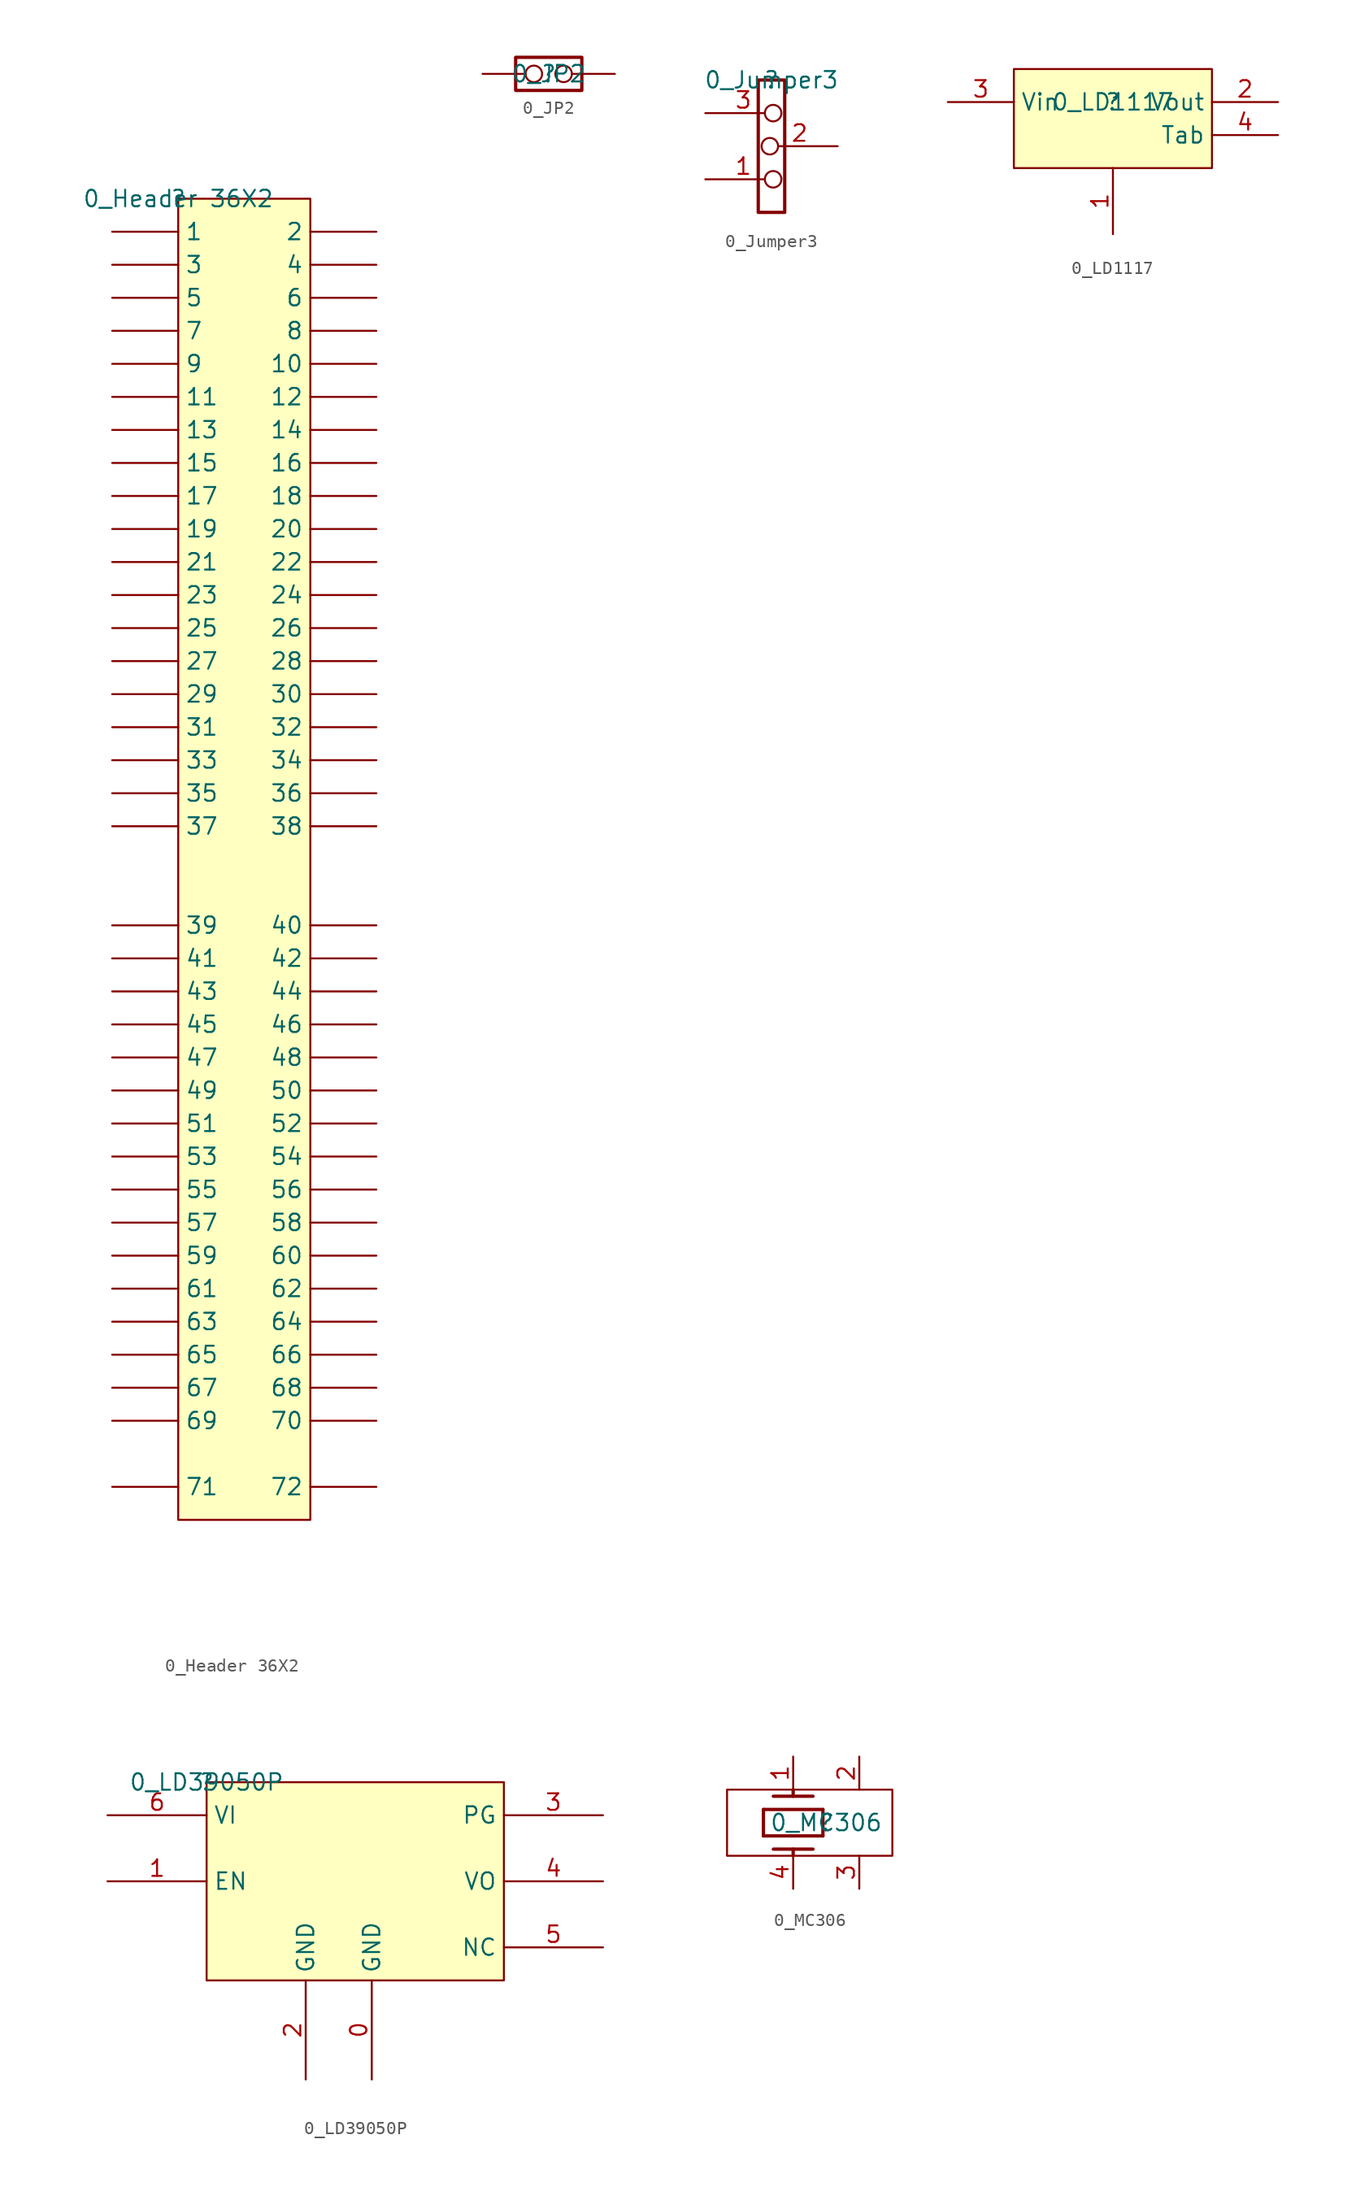
<source format=kicad_sym>
(kicad_symbol_lib
  (version 20211014)
  (generator kicad_symbol_editor)
  (symbol "0_Header 36X2"
    (property "Reference" ""
      (at 0 0 0)
      (effects (font (size 1.27 1.27))))
    (property "Value" "0_Header 36X2"
      (at 0 0 0)
      (effects (font (size 1.27 1.27))))
    (symbol "0_Header 36X2_1_0"
      (rectangle (start 10.16 0) (end 0 -101.6) (stroke (width 0) (type default) (color 0 0 0 0)) (fill (type background)))
      (pin passive line (at -5.08 -2.54 0) (length 5.08) (name "1" (effects (font (size 1.27 1.27)))) (number "1" (effects (font (size 0 0)))))
      (pin passive line (at 15.24 -12.7 180) (length 5.08) (name "10" (effects (font (size 1.27 1.27)))) (number "10" (effects (font (size 0 0)))))
      (pin passive line (at -5.08 -15.24 0) (length 5.08) (name "11" (effects (font (size 1.27 1.27)))) (number "11" (effects (font (size 0 0)))))
      (pin passive line (at 15.24 -15.24 180) (length 5.08) (name "12" (effects (font (size 1.27 1.27)))) (number "12" (effects (font (size 0 0)))))
      (pin passive line (at -5.08 -17.78 0) (length 5.08) (name "13" (effects (font (size 1.27 1.27)))) (number "13" (effects (font (size 0 0)))))
      (pin passive line (at 15.24 -17.78 180) (length 5.08) (name "14" (effects (font (size 1.27 1.27)))) (number "14" (effects (font (size 0 0)))))
      (pin passive line (at -5.08 -20.32 0) (length 5.08) (name "15" (effects (font (size 1.27 1.27)))) (number "15" (effects (font (size 0 0)))))
      (pin passive line (at 15.24 -20.32 180) (length 5.08) (name "16" (effects (font (size 1.27 1.27)))) (number "16" (effects (font (size 0 0)))))
      (pin passive line (at -5.08 -22.86 0) (length 5.08) (name "17" (effects (font (size 1.27 1.27)))) (number "17" (effects (font (size 0 0)))))
      (pin passive line (at 15.24 -22.86 180) (length 5.08) (name "18" (effects (font (size 1.27 1.27)))) (number "18" (effects (font (size 0 0)))))
      (pin passive line (at -5.08 -25.4 0) (length 5.08) (name "19" (effects (font (size 1.27 1.27)))) (number "19" (effects (font (size 0 0)))))
      (pin passive line (at 15.24 -2.54 180) (length 5.08) (name "2" (effects (font (size 1.27 1.27)))) (number "2" (effects (font (size 0 0)))))
      (pin passive line (at 15.24 -25.4 180) (length 5.08) (name "20" (effects (font (size 1.27 1.27)))) (number "20" (effects (font (size 0 0)))))
      (pin passive line (at -5.08 -27.94 0) (length 5.08) (name "21" (effects (font (size 1.27 1.27)))) (number "21" (effects (font (size 0 0)))))
      (pin passive line (at 15.24 -27.94 180) (length 5.08) (name "22" (effects (font (size 1.27 1.27)))) (number "22" (effects (font (size 0 0)))))
      (pin passive line (at -5.08 -30.48 0) (length 5.08) (name "23" (effects (font (size 1.27 1.27)))) (number "23" (effects (font (size 0 0)))))
      (pin passive line (at 15.24 -30.48 180) (length 5.08) (name "24" (effects (font (size 1.27 1.27)))) (number "24" (effects (font (size 0 0)))))
      (pin passive line (at -5.08 -33.02 0) (length 5.08) (name "25" (effects (font (size 1.27 1.27)))) (number "25" (effects (font (size 0 0)))))
      (pin passive line (at 15.24 -33.02 180) (length 5.08) (name "26" (effects (font (size 1.27 1.27)))) (number "26" (effects (font (size 0 0)))))
      (pin passive line (at -5.08 -35.56 0) (length 5.08) (name "27" (effects (font (size 1.27 1.27)))) (number "27" (effects (font (size 0 0)))))
      (pin passive line (at 15.24 -35.56 180) (length 5.08) (name "28" (effects (font (size 1.27 1.27)))) (number "28" (effects (font (size 0 0)))))
      (pin passive line (at -5.08 -38.1 0) (length 5.08) (name "29" (effects (font (size 1.27 1.27)))) (number "29" (effects (font (size 0 0)))))
      (pin passive line (at -5.08 -5.08 0) (length 5.08) (name "3" (effects (font (size 1.27 1.27)))) (number "3" (effects (font (size 0 0)))))
      (pin passive line (at 15.24 -38.1 180) (length 5.08) (name "30" (effects (font (size 1.27 1.27)))) (number "30" (effects (font (size 0 0)))))
      (pin passive line (at -5.08 -40.64 0) (length 5.08) (name "31" (effects (font (size 1.27 1.27)))) (number "31" (effects (font (size 0 0)))))
      (pin passive line (at 15.24 -40.64 180) (length 5.08) (name "32" (effects (font (size 1.27 1.27)))) (number "32" (effects (font (size 0 0)))))
      (pin passive line (at -5.08 -43.18 0) (length 5.08) (name "33" (effects (font (size 1.27 1.27)))) (number "33" (effects (font (size 0 0)))))
      (pin passive line (at 15.24 -43.18 180) (length 5.08) (name "34" (effects (font (size 1.27 1.27)))) (number "34" (effects (font (size 0 0)))))
      (pin passive line (at -5.08 -45.72 0) (length 5.08) (name "35" (effects (font (size 1.27 1.27)))) (number "35" (effects (font (size 0 0)))))
      (pin passive line (at 15.24 -45.72 180) (length 5.08) (name "36" (effects (font (size 1.27 1.27)))) (number "36" (effects (font (size 0 0)))))
      (pin passive line (at -5.08 -48.26 0) (length 5.08) (name "37" (effects (font (size 1.27 1.27)))) (number "37" (effects (font (size 0 0)))))
      (pin passive line (at 15.24 -48.26 180) (length 5.08) (name "38" (effects (font (size 1.27 1.27)))) (number "38" (effects (font (size 0 0)))))
      (pin passive line (at -5.08 -55.88 0) (length 5.08) (name "39" (effects (font (size 1.27 1.27)))) (number "39" (effects (font (size 0 0)))))
      (pin passive line (at 15.24 -5.08 180) (length 5.08) (name "4" (effects (font (size 1.27 1.27)))) (number "4" (effects (font (size 0 0)))))
      (pin passive line (at 15.24 -55.88 180) (length 5.08) (name "40" (effects (font (size 1.27 1.27)))) (number "40" (effects (font (size 0 0)))))
      (pin passive line (at -5.08 -58.42 0) (length 5.08) (name "41" (effects (font (size 1.27 1.27)))) (number "41" (effects (font (size 0 0)))))
      (pin passive line (at 15.24 -58.42 180) (length 5.08) (name "42" (effects (font (size 1.27 1.27)))) (number "42" (effects (font (size 0 0)))))
      (pin passive line (at -5.08 -60.96 0) (length 5.08) (name "43" (effects (font (size 1.27 1.27)))) (number "43" (effects (font (size 0 0)))))
      (pin passive line (at 15.24 -60.96 180) (length 5.08) (name "44" (effects (font (size 1.27 1.27)))) (number "44" (effects (font (size 0 0)))))
      (pin passive line (at -5.08 -63.5 0) (length 5.08) (name "45" (effects (font (size 1.27 1.27)))) (number "45" (effects (font (size 0 0)))))
      (pin passive line (at 15.24 -63.5 180) (length 5.08) (name "46" (effects (font (size 1.27 1.27)))) (number "46" (effects (font (size 0 0)))))
      (pin passive line (at -5.08 -66.04 0) (length 5.08) (name "47" (effects (font (size 1.27 1.27)))) (number "47" (effects (font (size 0 0)))))
      (pin passive line (at 15.24 -66.04 180) (length 5.08) (name "48" (effects (font (size 1.27 1.27)))) (number "48" (effects (font (size 0 0)))))
      (pin passive line (at -5.08 -68.58 0) (length 5.08) (name "49" (effects (font (size 1.27 1.27)))) (number "49" (effects (font (size 0 0)))))
      (pin passive line (at -5.08 -7.62 0) (length 5.08) (name "5" (effects (font (size 1.27 1.27)))) (number "5" (effects (font (size 0 0)))))
      (pin passive line (at 15.24 -68.58 180) (length 5.08) (name "50" (effects (font (size 1.27 1.27)))) (number "50" (effects (font (size 0 0)))))
      (pin passive line (at -5.08 -71.12 0) (length 5.08) (name "51" (effects (font (size 1.27 1.27)))) (number "51" (effects (font (size 0 0)))))
      (pin passive line (at 15.24 -71.12 180) (length 5.08) (name "52" (effects (font (size 1.27 1.27)))) (number "52" (effects (font (size 0 0)))))
      (pin passive line (at -5.08 -73.66 0) (length 5.08) (name "53" (effects (font (size 1.27 1.27)))) (number "53" (effects (font (size 0 0)))))
      (pin passive line (at 15.24 -73.66 180) (length 5.08) (name "54" (effects (font (size 1.27 1.27)))) (number "54" (effects (font (size 0 0)))))
      (pin passive line (at -5.08 -76.2 0) (length 5.08) (name "55" (effects (font (size 1.27 1.27)))) (number "55" (effects (font (size 0 0)))))
      (pin passive line (at 15.24 -76.2 180) (length 5.08) (name "56" (effects (font (size 1.27 1.27)))) (number "56" (effects (font (size 0 0)))))
      (pin passive line (at -5.08 -78.74 0) (length 5.08) (name "57" (effects (font (size 1.27 1.27)))) (number "57" (effects (font (size 0 0)))))
      (pin passive line (at 15.24 -78.74 180) (length 5.08) (name "58" (effects (font (size 1.27 1.27)))) (number "58" (effects (font (size 0 0)))))
      (pin passive line (at -5.08 -81.28 0) (length 5.08) (name "59" (effects (font (size 1.27 1.27)))) (number "59" (effects (font (size 0 0)))))
      (pin passive line (at 15.24 -7.62 180) (length 5.08) (name "6" (effects (font (size 1.27 1.27)))) (number "6" (effects (font (size 0 0)))))
      (pin passive line (at 15.24 -81.28 180) (length 5.08) (name "60" (effects (font (size 1.27 1.27)))) (number "60" (effects (font (size 0 0)))))
      (pin passive line (at -5.08 -83.82 0) (length 5.08) (name "61" (effects (font (size 1.27 1.27)))) (number "61" (effects (font (size 0 0)))))
      (pin passive line (at 15.24 -83.82 180) (length 5.08) (name "62" (effects (font (size 1.27 1.27)))) (number "62" (effects (font (size 0 0)))))
      (pin passive line (at -5.08 -86.36 0) (length 5.08) (name "63" (effects (font (size 1.27 1.27)))) (number "63" (effects (font (size 0 0)))))
      (pin passive line (at 15.24 -86.36 180) (length 5.08) (name "64" (effects (font (size 1.27 1.27)))) (number "64" (effects (font (size 0 0)))))
      (pin passive line (at -5.08 -88.9 0) (length 5.08) (name "65" (effects (font (size 1.27 1.27)))) (number "65" (effects (font (size 0 0)))))
      (pin passive line (at 15.24 -88.9 180) (length 5.08) (name "66" (effects (font (size 1.27 1.27)))) (number "66" (effects (font (size 0 0)))))
      (pin passive line (at -5.08 -91.44 0) (length 5.08) (name "67" (effects (font (size 1.27 1.27)))) (number "67" (effects (font (size 0 0)))))
      (pin passive line (at 15.24 -91.44 180) (length 5.08) (name "68" (effects (font (size 1.27 1.27)))) (number "68" (effects (font (size 0 0)))))
      (pin passive line (at -5.08 -93.98 0) (length 5.08) (name "69" (effects (font (size 1.27 1.27)))) (number "69" (effects (font (size 0 0)))))
      (pin passive line (at -5.08 -10.16 0) (length 5.08) (name "7" (effects (font (size 1.27 1.27)))) (number "7" (effects (font (size 0 0)))))
      (pin passive line (at 15.24 -93.98 180) (length 5.08) (name "70" (effects (font (size 1.27 1.27)))) (number "70" (effects (font (size 0 0)))))
      (pin passive line (at -5.08 -99.06 0) (length 5.08) (name "71" (effects (font (size 1.27 1.27)))) (number "71" (effects (font (size 0 0)))))
      (pin passive line (at 15.24 -99.06 180) (length 5.08) (name "72" (effects (font (size 1.27 1.27)))) (number "72" (effects (font (size 0 0)))))
      (pin passive line (at 15.24 -10.16 180) (length 5.08) (name "8" (effects (font (size 1.27 1.27)))) (number "8" (effects (font (size 0 0)))))
      (pin passive line (at -5.08 -12.7 0) (length 5.08) (name "9" (effects (font (size 1.27 1.27)))) (number "9" (effects (font (size 0 0)))))))
  (symbol "0_JP2"
    (property "Reference" ""
      (at 0 0 0)
      (effects (font (size 1.27 1.27))))
    (property "Value" "0_JP2"
      (at 0 0 0)
      (effects (font (size 1.27 1.27))))
    (symbol "0_JP2_1_0"
      (polyline (pts (xy -2.54 1.27) (xy 2.54 1.27) (xy 2.54 -1.27) (xy -2.54 -1.27) (xy -2.54 1.27)) (stroke (width 0.254) (type default) (color 0 0 0 0)) (fill (type none)))
      (pin passive inverted (at -5.08 0 0) (length 4.572) (name "COMMON" (effects (font (size 0 0)))) (number "1" (effects (font (size 0 0)))))
      (pin passive inverted (at 5.08 0 180) (length 4.572) (name "NO" (effects (font (size 0 0)))) (number "2" (effects (font (size 0 0)))))))
  (symbol "0_Jumper3"
    (property "Reference" ""
      (at 0 0 0)
      (effects (font (size 1.27 1.27))))
    (property "Value" "0_Jumper3"
      (at 0 0 0)
      (effects (font (size 1.27 1.27))))
    (symbol "0_Jumper3_1_0"
      (polyline (pts (xy 1.016 0) (xy -1.016 0) (xy -1.016 -10.16) (xy 1.016 -10.16) (xy 1.016 0)) (stroke (width 0.254) (type default) (color 0 0 0 0)) (fill (type none)))
      (pin passive inverted (at -5.08 -7.62 0) (length 5.842) (name "" (effects (font (size 0 0)))) (number "1" (effects (font (size 1.27 1.27)))))
      (pin passive inverted (at 5.08 -5.08 180) (length 5.842) (name "" (effects (font (size 0 0)))) (number "2" (effects (font (size 1.27 1.27)))))
      (pin passive inverted (at -5.08 -2.54 0) (length 5.842) (name "" (effects (font (size 0 0)))) (number "3" (effects (font (size 1.27 1.27)))))))
  (symbol "0_LD1117"
    (property "Reference" ""
      (at 0 0 0)
      (effects (font (size 1.27 1.27))))
    (property "Value" "0_LD1117"
      (at 0 0 0)
      (effects (font (size 1.27 1.27))))
    (symbol "0_LD1117_1_0"
      (rectangle (start 7.62 2.54) (end -7.62 -5.08) (stroke (width 0) (type default) (color 0 0 0 0)) (fill (type background)))
      (pin passive line (at 0 -10.16 90) (length 5.08) (name "" (effects (font (size 1.27 1.27)))) (number "1" (effects (font (size 1.27 1.27)))))
      (pin power_in line (at 12.7 0 180) (length 5.08) (name "Vout" (effects (font (size 1.27 1.27)))) (number "2" (effects (font (size 1.27 1.27)))))
      (pin input line (at -12.7 0 0) (length 5.08) (name "Vin" (effects (font (size 1.27 1.27)))) (number "3" (effects (font (size 1.27 1.27)))))
      (pin power_in line (at 12.7 -2.54 180) (length 5.08) (name "Tab" (effects (font (size 1.27 1.27)))) (number "4" (effects (font (size 1.27 1.27)))))))
  (symbol "0_LD39050P"
    (property "Reference" ""
      (at 0 0 0)
      (effects (font (size 1.27 1.27))))
    (property "Value" "0_LD39050P"
      (at 0 0 0)
      (effects (font (size 1.27 1.27))))
    (symbol "0_LD39050P_1_0"
      (rectangle (start 22.86 0) (end 0 -15.24) (stroke (width 0) (type default) (color 0 0 0 0)) (fill (type background)))
      (pin passive line (at 12.7 -22.86 90) (length 7.62) (name "GND" (effects (font (size 1.27 1.27)))) (number "0" (effects (font (size 1.27 1.27)))))
      (pin passive line (at -7.62 -7.62 0) (length 7.62) (name "EN" (effects (font (size 1.27 1.27)))) (number "1" (effects (font (size 1.27 1.27)))))
      (pin passive line (at 7.62 -22.86 90) (length 7.62) (name "GND" (effects (font (size 1.27 1.27)))) (number "2" (effects (font (size 1.27 1.27)))))
      (pin passive line (at 30.48 -2.54 180) (length 7.62) (name "PG" (effects (font (size 1.27 1.27)))) (number "3" (effects (font (size 1.27 1.27)))))
      (pin passive line (at 30.48 -7.62 180) (length 7.62) (name "VO" (effects (font (size 1.27 1.27)))) (number "4" (effects (font (size 1.27 1.27)))))
      (pin passive line (at 30.48 -12.7 180) (length 7.62) (name "NC" (effects (font (size 1.27 1.27)))) (number "5" (effects (font (size 1.27 1.27)))))
      (pin passive line (at -7.62 -2.54 0) (length 7.62) (name "VI" (effects (font (size 1.27 1.27)))) (number "6" (effects (font (size 1.27 1.27)))))))
  (symbol "0_MC306"
    (property "Reference" ""
      (at 0 0 0)
      (effects (font (size 1.27 1.27))))
    (property "Value" "0_MC306"
      (at 0 0 0)
      (effects (font (size 1.27 1.27))))
    (symbol "0_MC306_1_0"
      (polyline (pts (xy -4.826 -1.016) (xy -4.826 1.016)) (stroke (width 0.254) (type default) (color 0 0 0 0)) (fill (type none)))
      (polyline (pts (xy -4.826 -1.016) (xy -0.254 -1.016)) (stroke (width 0.254) (type default) (color 0 0 0 0)) (fill (type none)))
      (polyline (pts (xy -4.826 1.016) (xy -0.254 1.016)) (stroke (width 0.254) (type default) (color 0 0 0 0)) (fill (type none)))
      (polyline (pts (xy -4.064 -2.032) (xy -1.016 -2.032)) (stroke (width 0.254) (type default) (color 0 0 0 0)) (fill (type none)))
      (polyline (pts (xy -4.064 2.032) (xy -1.016 2.032)) (stroke (width 0.254) (type default) (color 0 0 0 0)) (fill (type none)))
      (polyline (pts (xy -2.54 -2.54) (xy -2.54 -2.032)) (stroke (width 0.254) (type default) (color 0 0 0 0)) (fill (type none)))
      (polyline (pts (xy -2.54 2.032) (xy -2.54 2.54)) (stroke (width 0.254) (type default) (color 0 0 0 0)) (fill (type none)))
      (polyline (pts (xy -0.254 -1.016) (xy -0.254 1.016)) (stroke (width 0.254) (type default) (color 0 0 0 0)) (fill (type none)))
      (rectangle (start 5.08 2.54) (end -7.62 -2.54) (stroke (width 0) (type default) (color 0 0 0 0)) (fill (type none)))
      (pin passive line (at -2.54 5.08 270) (length 2.54) (name "1" (effects (font (size 0 0)))) (number "1" (effects (font (size 1.27 1.27)))))
      (pin passive line (at 2.54 5.08 270) (length 2.54) (name "2" (effects (font (size 0 0)))) (number "2" (effects (font (size 1.27 1.27)))))
      (pin passive line (at 2.54 -5.08 90) (length 2.54) (name "3" (effects (font (size 0 0)))) (number "3" (effects (font (size 1.27 1.27)))))
      (pin passive line (at -2.54 -5.08 90) (length 2.54) (name "4" (effects (font (size 0 0)))) (number "4" (effects (font (size 1.27 1.27))))))))
</source>
